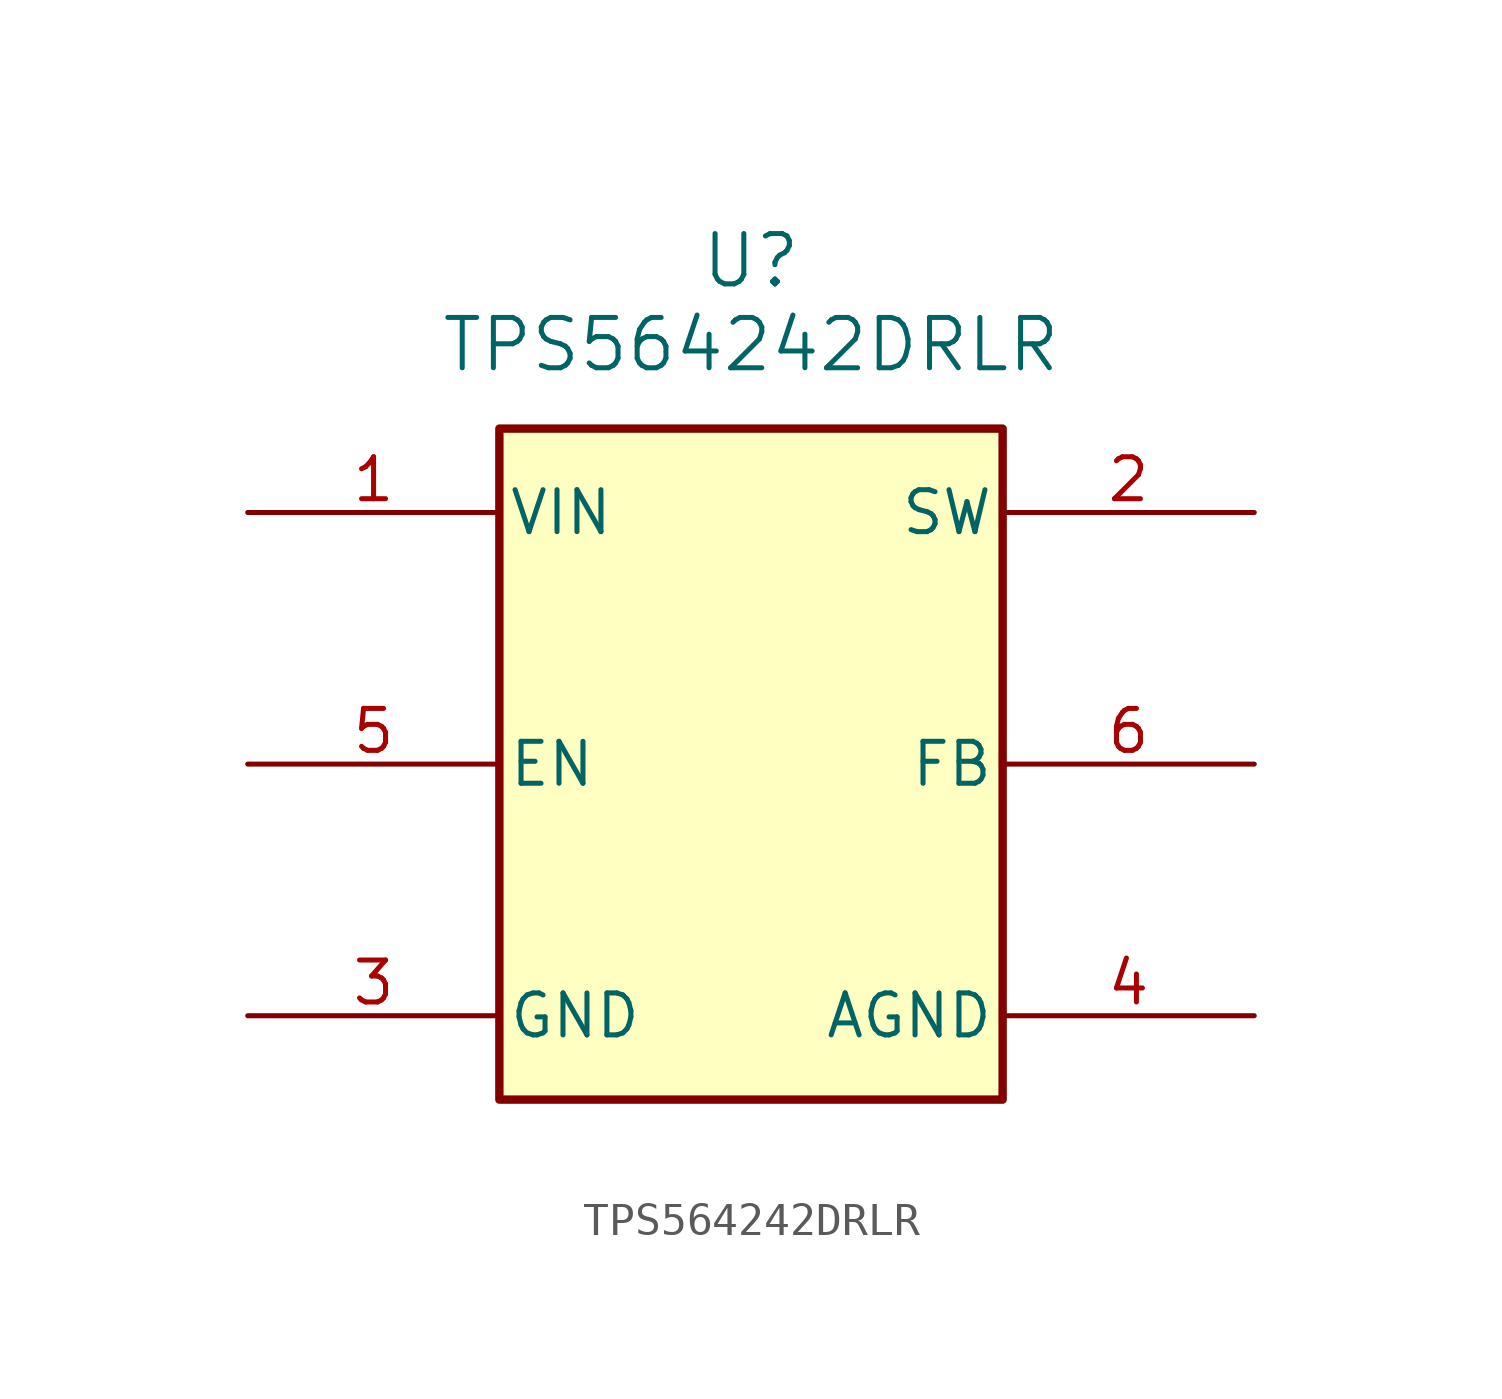
<source format=kicad_sym>
(kicad_symbol_lib
  (version 20231120)
  (generator "kicad_symbol_editor")
  (generator_version "8.0")
  (symbol "TPS564242DRLR"
    (pin_names
      (offset 0.254))
    (property "Reference" "U"
      (at 20.32 10.16 0)
      (effects (font (size 1.524 1.524))))
    (property "Value" "TPS564242DRLR"
      (at 20.32 7.62 0)
      (effects (font (size 1.524 1.524))))
    (symbol "TPS564242DRLR_0_0"
      (rectangle (start 12.7 5.08) (end 27.94 -15.24) (stroke (width 0.254) (type default)) (fill (type background))))
    (symbol "TPS564242DRLR_0_1"
      (pin power_in line (at 5.08 2.54 0) (length 7.62) (name "VIN" (effects (font (size 1.27 1.27)))) (number "1" (effects (font (size 1.27 1.27)))))
      (pin power_out line (at 5.08 -12.7 0) (length 7.62) (name "GND" (effects (font (size 1.27 1.27)))) (number "3" (effects (font (size 1.27 1.27)))))
      (pin power_out line (at 35.56 -12.7 180) (length 7.62) (name "AGND" (effects (font (size 1.27 1.27)))) (number "4" (effects (font (size 1.27 1.27)))))
      (pin input line (at 5.08 -5.08 0) (length 7.62) (name "EN" (effects (font (size 1.27 1.27)))) (number "5" (effects (font (size 1.27 1.27)))))
      (pin input line (at 35.56 -5.08 180) (length 7.62) (name "FB" (effects (font (size 1.27 1.27)))) (number "6" (effects (font (size 1.27 1.27))))))
    (symbol "TPS564242DRLR_1_1"
      (pin power_out line (at 35.56 2.54 180) (length 7.62) (name "SW" (effects (font (size 1.27 1.27)))) (number "2" (effects (font (size 1.27 1.27))))))))
</source>
